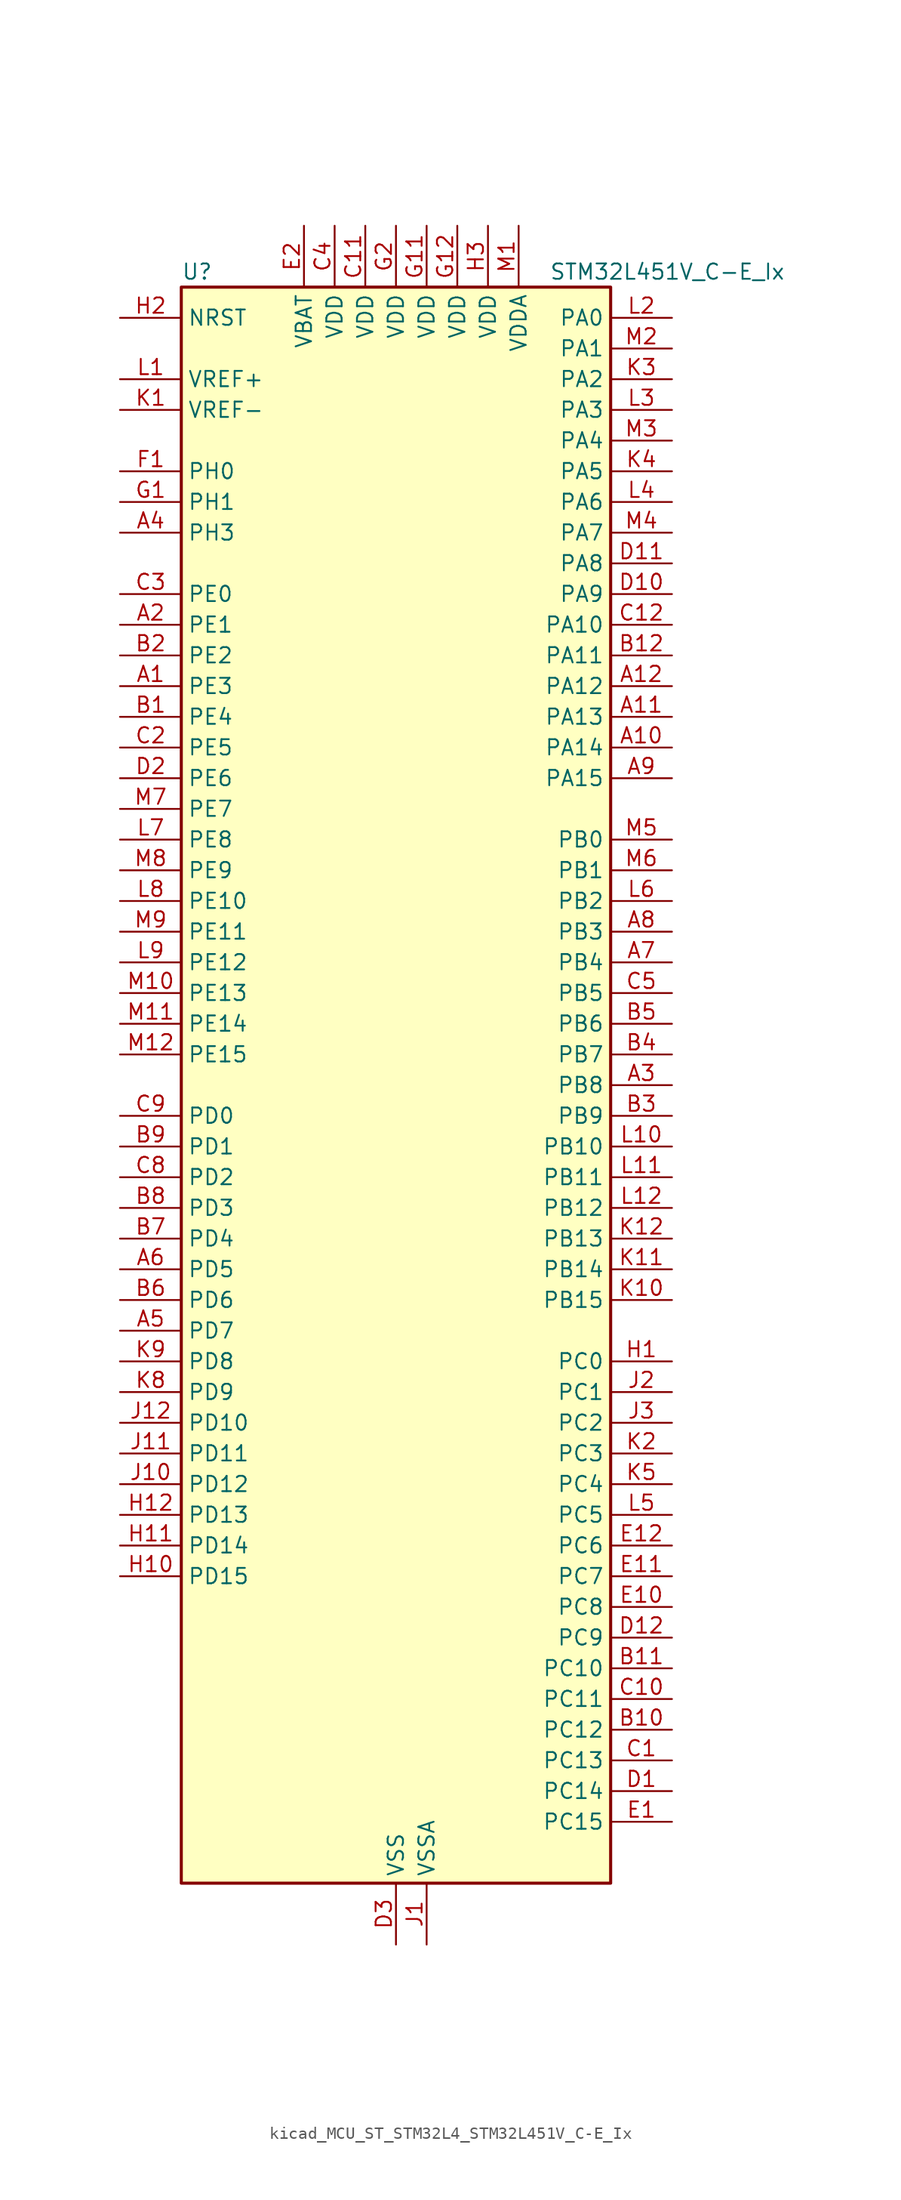
<source format=kicad_sym>
(kicad_symbol_lib
  (version 20220914)
  (generator kicad_symbol_editor)
  (symbol "kicad_MCU_ST_STM32L4_STM32L451V_C-E_Ix"
    (property "Reference" "U"
      (at -17.78 67.31 0)
      (effects (font (size 1.27 1.27)) (justify left)))
    (property "Value" "STM32L451V_C-E_Ix"
      (at 12.7 67.31 0)
      (effects (font (size 1.27 1.27)) (justify left)))
    (property "ki_locked" ""
      (at 0 0 0)
      (effects (font (size 1.27 1.27))))
    (symbol "kicad_MCU_ST_STM32L4_STM32L451V_C-E_Ix_0_1"
      (rectangle (start -17.78 -66.04) (end 17.78 66.04) (stroke (width 0.254) (type default)) (fill (type background))))
    (symbol "kicad_MCU_ST_STM32L4_STM32L451V_C-E_Ix_1_1"
      (pin bidirectional line (at -22.86 33.02 0) (length 5.08) (name "PE3" (effects (font (size 1.27 1.27)))) (number "A1" (effects (font (size 1.27 1.27)))) (alternate "SAI1_SD_B" bidirectional line) (alternate "SYS_TRACED0" bidirectional line) (alternate "TIM3_CH1" bidirectional line) (alternate "TSC_G7_IO2" bidirectional line))
      (pin bidirectional line (at 22.86 27.94 180) (length 5.08) (name "PA14" (effects (font (size 1.27 1.27)))) (number "A10" (effects (font (size 1.27 1.27)))) (alternate "I2C1_SMBA" bidirectional line) (alternate "I2C4_SMBA" bidirectional line) (alternate "LPTIM1_OUT" bidirectional line) (alternate "SAI1_FS_B" bidirectional line) (alternate "SYS_JTCK-SWCLK" bidirectional line))
      (pin bidirectional line (at 22.86 30.48 180) (length 5.08) (name "PA13" (effects (font (size 1.27 1.27)))) (number "A11" (effects (font (size 1.27 1.27)))) (alternate "IR_OUT" bidirectional line) (alternate "SAI1_SD_B" bidirectional line) (alternate "SYS_JTMS-SWDIO" bidirectional line))
      (pin bidirectional line (at 22.86 33.02 180) (length 5.08) (name "PA12" (effects (font (size 1.27 1.27)))) (number "A12" (effects (font (size 1.27 1.27)))) (alternate "CAN1_TX" bidirectional line) (alternate "SPI1_MOSI" bidirectional line) (alternate "TIM1_ETR" bidirectional line) (alternate "USART1_DE" bidirectional line) (alternate "USART1_RTS" bidirectional line))
      (pin bidirectional line (at -22.86 38.1 0) (length 5.08) (name "PE1" (effects (font (size 1.27 1.27)))) (number "A2" (effects (font (size 1.27 1.27)))))
      (pin bidirectional line (at 22.86 0 180) (length 5.08) (name "PB8" (effects (font (size 1.27 1.27)))) (number "A3" (effects (font (size 1.27 1.27)))) (alternate "CAN1_RX" bidirectional line) (alternate "I2C1_SCL" bidirectional line) (alternate "SAI1_MCLK_A" bidirectional line) (alternate "SDMMC1_D4" bidirectional line) (alternate "TIM16_CH1" bidirectional line))
      (pin bidirectional line (at -22.86 45.72 0) (length 5.08) (name "PH3" (effects (font (size 1.27 1.27)))) (number "A4" (effects (font (size 1.27 1.27)))))
      (pin bidirectional line (at -22.86 -20.32 0) (length 5.08) (name "PD7" (effects (font (size 1.27 1.27)))) (number "A5" (effects (font (size 1.27 1.27)))) (alternate "DFSDM1_CKIN1" bidirectional line) (alternate "QUADSPI_BK2_IO3" bidirectional line) (alternate "USART2_CK" bidirectional line))
      (pin bidirectional line (at -22.86 -15.24 0) (length 5.08) (name "PD5" (effects (font (size 1.27 1.27)))) (number "A6" (effects (font (size 1.27 1.27)))) (alternate "QUADSPI_BK2_IO1" bidirectional line) (alternate "USART2_TX" bidirectional line))
      (pin bidirectional line (at 22.86 10.16 180) (length 5.08) (name "PB4" (effects (font (size 1.27 1.27)))) (number "A7" (effects (font (size 1.27 1.27)))) (alternate "COMP2_INP" bidirectional line) (alternate "I2C3_SDA" bidirectional line) (alternate "SAI1_MCLK_B" bidirectional line) (alternate "SPI1_MISO" bidirectional line) (alternate "SPI3_MISO" bidirectional line) (alternate "SYS_JTRST" bidirectional line) (alternate "TIM3_CH1" bidirectional line) (alternate "TSC_G2_IO1" bidirectional line) (alternate "USART1_CTS" bidirectional line))
      (pin bidirectional line (at 22.86 12.7 180) (length 5.08) (name "PB3" (effects (font (size 1.27 1.27)))) (number "A8" (effects (font (size 1.27 1.27)))) (alternate "COMP2_INM" bidirectional line) (alternate "SAI1_SCK_B" bidirectional line) (alternate "SPI1_SCK" bidirectional line) (alternate "SPI3_SCK" bidirectional line) (alternate "SYS_JTDO-SWO" bidirectional line) (alternate "TIM2_CH2" bidirectional line) (alternate "USART1_DE" bidirectional line) (alternate "USART1_RTS" bidirectional line))
      (pin bidirectional line (at 22.86 25.4 180) (length 5.08) (name "PA15" (effects (font (size 1.27 1.27)))) (number "A9" (effects (font (size 1.27 1.27)))) (alternate "ADC1_EXTI15" bidirectional line) (alternate "SPI1_NSS" bidirectional line) (alternate "SPI3_NSS" bidirectional line) (alternate "SYS_JTDI" bidirectional line) (alternate "TIM2_CH1" bidirectional line) (alternate "TIM2_ETR" bidirectional line) (alternate "TSC_G3_IO1" bidirectional line) (alternate "UART4_DE" bidirectional line) (alternate "UART4_RTS" bidirectional line) (alternate "USART2_RX" bidirectional line) (alternate "USART3_DE" bidirectional line) (alternate "USART3_RTS" bidirectional line))
      (pin bidirectional line (at -22.86 30.48 0) (length 5.08) (name "PE4" (effects (font (size 1.27 1.27)))) (number "B1" (effects (font (size 1.27 1.27)))) (alternate "DFSDM1_DATIN3" bidirectional line) (alternate "SAI1_FS_A" bidirectional line) (alternate "SYS_TRACED1" bidirectional line) (alternate "TIM3_CH2" bidirectional line) (alternate "TSC_G7_IO3" bidirectional line))
      (pin bidirectional line (at 22.86 -53.34 180) (length 5.08) (name "PC12" (effects (font (size 1.27 1.27)))) (number "B10" (effects (font (size 1.27 1.27)))) (alternate "SDMMC1_CK" bidirectional line) (alternate "SPI3_MOSI" bidirectional line) (alternate "SYS_TRACED3" bidirectional line) (alternate "TSC_G3_IO4" bidirectional line) (alternate "USART3_CK" bidirectional line))
      (pin bidirectional line (at 22.86 -48.26 180) (length 5.08) (name "PC10" (effects (font (size 1.27 1.27)))) (number "B11" (effects (font (size 1.27 1.27)))) (alternate "SDMMC1_D2" bidirectional line) (alternate "SPI3_SCK" bidirectional line) (alternate "SYS_TRACED1" bidirectional line) (alternate "TSC_G3_IO2" bidirectional line) (alternate "UART4_TX" bidirectional line) (alternate "USART3_TX" bidirectional line))
      (pin bidirectional line (at 22.86 35.56 180) (length 5.08) (name "PA11" (effects (font (size 1.27 1.27)))) (number "B12" (effects (font (size 1.27 1.27)))) (alternate "ADC1_EXTI11" bidirectional line) (alternate "CAN1_RX" bidirectional line) (alternate "COMP1_OUT" bidirectional line) (alternate "SPI1_MISO" bidirectional line) (alternate "TIM1_BKIN2" bidirectional line) (alternate "TIM1_BKIN2_COMP1" bidirectional line) (alternate "TIM1_CH4" bidirectional line) (alternate "USART1_CTS" bidirectional line))
      (pin bidirectional line (at -22.86 35.56 0) (length 5.08) (name "PE2" (effects (font (size 1.27 1.27)))) (number "B2" (effects (font (size 1.27 1.27)))) (alternate "SAI1_MCLK_A" bidirectional line) (alternate "SYS_TRACECLK" bidirectional line) (alternate "TIM3_ETR" bidirectional line) (alternate "TSC_G7_IO1" bidirectional line))
      (pin bidirectional line (at 22.86 -2.54 180) (length 5.08) (name "PB9" (effects (font (size 1.27 1.27)))) (number "B3" (effects (font (size 1.27 1.27)))) (alternate "CAN1_TX" bidirectional line) (alternate "DAC1_EXTI9" bidirectional line) (alternate "I2C1_SDA" bidirectional line) (alternate "IR_OUT" bidirectional line) (alternate "SAI1_FS_A" bidirectional line) (alternate "SDMMC1_D5" bidirectional line) (alternate "SPI2_NSS" bidirectional line))
      (pin bidirectional line (at 22.86 2.54 180) (length 5.08) (name "PB7" (effects (font (size 1.27 1.27)))) (number "B4" (effects (font (size 1.27 1.27)))) (alternate "COMP2_INM" bidirectional line) (alternate "I2C1_SDA" bidirectional line) (alternate "I2C4_SDA" bidirectional line) (alternate "LPTIM1_IN2" bidirectional line) (alternate "SYS_PVD_IN" bidirectional line) (alternate "TSC_G2_IO4" bidirectional line) (alternate "UART4_CTS" bidirectional line) (alternate "USART1_RX" bidirectional line))
      (pin bidirectional line (at 22.86 5.08 180) (length 5.08) (name "PB6" (effects (font (size 1.27 1.27)))) (number "B5" (effects (font (size 1.27 1.27)))) (alternate "CAN1_TX" bidirectional line) (alternate "COMP2_INP" bidirectional line) (alternate "I2C1_SCL" bidirectional line) (alternate "I2C4_SCL" bidirectional line) (alternate "LPTIM1_ETR" bidirectional line) (alternate "SAI1_FS_B" bidirectional line) (alternate "TIM16_CH1N" bidirectional line) (alternate "TSC_G2_IO3" bidirectional line) (alternate "USART1_TX" bidirectional line))
      (pin bidirectional line (at -22.86 -17.78 0) (length 5.08) (name "PD6" (effects (font (size 1.27 1.27)))) (number "B6" (effects (font (size 1.27 1.27)))) (alternate "DFSDM1_DATIN1" bidirectional line) (alternate "QUADSPI_BK2_IO2" bidirectional line) (alternate "SAI1_SD_A" bidirectional line) (alternate "USART2_RX" bidirectional line))
      (pin bidirectional line (at -22.86 -12.7 0) (length 5.08) (name "PD4" (effects (font (size 1.27 1.27)))) (number "B7" (effects (font (size 1.27 1.27)))) (alternate "DFSDM1_CKIN0" bidirectional line) (alternate "QUADSPI_BK2_IO0" bidirectional line) (alternate "SPI2_MOSI" bidirectional line) (alternate "USART2_DE" bidirectional line) (alternate "USART2_RTS" bidirectional line))
      (pin bidirectional line (at -22.86 -10.16 0) (length 5.08) (name "PD3" (effects (font (size 1.27 1.27)))) (number "B8" (effects (font (size 1.27 1.27)))) (alternate "DFSDM1_DATIN0" bidirectional line) (alternate "QUADSPI_BK2_NCS" bidirectional line) (alternate "SPI2_MISO" bidirectional line) (alternate "USART2_CTS" bidirectional line))
      (pin bidirectional line (at -22.86 -5.08 0) (length 5.08) (name "PD1" (effects (font (size 1.27 1.27)))) (number "B9" (effects (font (size 1.27 1.27)))) (alternate "CAN1_TX" bidirectional line) (alternate "SPI2_SCK" bidirectional line))
      (pin bidirectional line (at 22.86 -55.88 180) (length 5.08) (name "PC13" (effects (font (size 1.27 1.27)))) (number "C1" (effects (font (size 1.27 1.27)))) (alternate "RTC_OUT_ALARM" bidirectional line) (alternate "RTC_OUT_CALIB" bidirectional line) (alternate "RTC_TAMP1" bidirectional line) (alternate "RTC_TS" bidirectional line) (alternate "SYS_WKUP2" bidirectional line))
      (pin bidirectional line (at 22.86 -50.8 180) (length 5.08) (name "PC11" (effects (font (size 1.27 1.27)))) (number "C10" (effects (font (size 1.27 1.27)))) (alternate "ADC1_EXTI11" bidirectional line) (alternate "SDMMC1_D3" bidirectional line) (alternate "SPI3_MISO" bidirectional line) (alternate "TSC_G3_IO3" bidirectional line) (alternate "UART4_RX" bidirectional line) (alternate "USART3_RX" bidirectional line))
      (pin power_in line (at -2.54 71.12 270) (length 5.08) (name "VDD" (effects (font (size 1.27 1.27)))) (number "C11" (effects (font (size 1.27 1.27)))))
      (pin bidirectional line (at 22.86 38.1 180) (length 5.08) (name "PA10" (effects (font (size 1.27 1.27)))) (number "C12" (effects (font (size 1.27 1.27)))) (alternate "I2C1_SDA" bidirectional line) (alternate "SAI1_SD_A" bidirectional line) (alternate "TIM1_CH3" bidirectional line) (alternate "USART1_RX" bidirectional line))
      (pin bidirectional line (at -22.86 27.94 0) (length 5.08) (name "PE5" (effects (font (size 1.27 1.27)))) (number "C2" (effects (font (size 1.27 1.27)))) (alternate "DFSDM1_CKIN3" bidirectional line) (alternate "SAI1_SCK_A" bidirectional line) (alternate "SYS_TRACED2" bidirectional line) (alternate "TIM3_CH3" bidirectional line) (alternate "TSC_G7_IO4" bidirectional line))
      (pin bidirectional line (at -22.86 40.64 0) (length 5.08) (name "PE0" (effects (font (size 1.27 1.27)))) (number "C3" (effects (font (size 1.27 1.27)))) (alternate "TIM16_CH1" bidirectional line))
      (pin power_in line (at -5.08 71.12 270) (length 5.08) (name "VDD" (effects (font (size 1.27 1.27)))) (number "C4" (effects (font (size 1.27 1.27)))))
      (pin bidirectional line (at 22.86 7.62 180) (length 5.08) (name "PB5" (effects (font (size 1.27 1.27)))) (number "C5" (effects (font (size 1.27 1.27)))) (alternate "CAN1_RX" bidirectional line) (alternate "COMP2_OUT" bidirectional line) (alternate "I2C1_SMBA" bidirectional line) (alternate "LPTIM1_IN1" bidirectional line) (alternate "SAI1_SD_B" bidirectional line) (alternate "SPI1_MOSI" bidirectional line) (alternate "SPI3_MOSI" bidirectional line) (alternate "TIM16_BKIN" bidirectional line) (alternate "TIM3_CH2" bidirectional line) (alternate "TSC_G2_IO2" bidirectional line) (alternate "USART1_CK" bidirectional line))
      (pin bidirectional line (at -22.86 -7.62 0) (length 5.08) (name "PD2" (effects (font (size 1.27 1.27)))) (number "C8" (effects (font (size 1.27 1.27)))) (alternate "SDMMC1_CMD" bidirectional line) (alternate "SYS_TRACED2" bidirectional line) (alternate "TIM3_ETR" bidirectional line) (alternate "TSC_SYNC" bidirectional line) (alternate "USART3_DE" bidirectional line) (alternate "USART3_RTS" bidirectional line))
      (pin bidirectional line (at -22.86 -2.54 0) (length 5.08) (name "PD0" (effects (font (size 1.27 1.27)))) (number "C9" (effects (font (size 1.27 1.27)))) (alternate "CAN1_RX" bidirectional line) (alternate "SPI2_NSS" bidirectional line))
      (pin bidirectional line (at 22.86 -58.42 180) (length 5.08) (name "PC14" (effects (font (size 1.27 1.27)))) (number "D1" (effects (font (size 1.27 1.27)))) (alternate "RCC_OSC32_IN" bidirectional line))
      (pin bidirectional line (at 22.86 40.64 180) (length 5.08) (name "PA9" (effects (font (size 1.27 1.27)))) (number "D10" (effects (font (size 1.27 1.27)))) (alternate "DAC1_EXTI9" bidirectional line) (alternate "DFSDM1_DATIN1" bidirectional line) (alternate "I2C1_SCL" bidirectional line) (alternate "SAI1_FS_A" bidirectional line) (alternate "TIM15_BKIN" bidirectional line) (alternate "TIM1_CH2" bidirectional line) (alternate "USART1_TX" bidirectional line))
      (pin bidirectional line (at 22.86 43.18 180) (length 5.08) (name "PA8" (effects (font (size 1.27 1.27)))) (number "D11" (effects (font (size 1.27 1.27)))) (alternate "DFSDM1_CKIN1" bidirectional line) (alternate "LPTIM2_OUT" bidirectional line) (alternate "RCC_MCO" bidirectional line) (alternate "SAI1_SCK_A" bidirectional line) (alternate "TIM1_CH1" bidirectional line) (alternate "USART1_CK" bidirectional line))
      (pin bidirectional line (at 22.86 -45.72 180) (length 5.08) (name "PC9" (effects (font (size 1.27 1.27)))) (number "D12" (effects (font (size 1.27 1.27)))) (alternate "DAC1_EXTI9" bidirectional line) (alternate "SDMMC1_D1" bidirectional line) (alternate "TIM3_CH4" bidirectional line) (alternate "TSC_G4_IO4" bidirectional line))
      (pin bidirectional line (at -22.86 25.4 0) (length 5.08) (name "PE6" (effects (font (size 1.27 1.27)))) (number "D2" (effects (font (size 1.27 1.27)))) (alternate "RTC_TAMP3" bidirectional line) (alternate "SAI1_SD_A" bidirectional line) (alternate "SYS_TRACED3" bidirectional line) (alternate "SYS_WKUP3" bidirectional line) (alternate "TIM3_CH4" bidirectional line))
      (pin power_in line (at 0 -71.12 90) (length 5.08) (name "VSS" (effects (font (size 1.27 1.27)))) (number "D3" (effects (font (size 1.27 1.27)))))
      (pin bidirectional line (at 22.86 -60.96 180) (length 5.08) (name "PC15" (effects (font (size 1.27 1.27)))) (number "E1" (effects (font (size 1.27 1.27)))) (alternate "ADC1_EXTI15" bidirectional line) (alternate "RCC_OSC32_OUT" bidirectional line))
      (pin bidirectional line (at 22.86 -43.18 180) (length 5.08) (name "PC8" (effects (font (size 1.27 1.27)))) (number "E10" (effects (font (size 1.27 1.27)))) (alternate "SDMMC1_D0" bidirectional line) (alternate "TIM3_CH3" bidirectional line) (alternate "TSC_G4_IO3" bidirectional line))
      (pin bidirectional line (at 22.86 -40.64 180) (length 5.08) (name "PC7" (effects (font (size 1.27 1.27)))) (number "E11" (effects (font (size 1.27 1.27)))) (alternate "DFSDM1_DATIN3" bidirectional line) (alternate "SDMMC1_D7" bidirectional line) (alternate "TIM3_CH2" bidirectional line) (alternate "TSC_G4_IO2" bidirectional line))
      (pin bidirectional line (at 22.86 -38.1 180) (length 5.08) (name "PC6" (effects (font (size 1.27 1.27)))) (number "E12" (effects (font (size 1.27 1.27)))) (alternate "DFSDM1_CKIN3" bidirectional line) (alternate "SDMMC1_D6" bidirectional line) (alternate "TIM3_CH1" bidirectional line) (alternate "TSC_G4_IO1" bidirectional line))
      (pin power_in line (at -7.62 71.12 270) (length 5.08) (name "VBAT" (effects (font (size 1.27 1.27)))) (number "E2" (effects (font (size 1.27 1.27)))))
      (pin passive line (at 0 -71.12 90) (length 5.08) hide (name "VSS" (effects (font (size 1.27 1.27)))) (number "E3" (effects (font (size 1.27 1.27)))))
      (pin bidirectional line (at -22.86 50.8 0) (length 5.08) (name "PH0" (effects (font (size 1.27 1.27)))) (number "F1" (effects (font (size 1.27 1.27)))) (alternate "RCC_OSC_IN" bidirectional line))
      (pin passive line (at 0 -71.12 90) (length 5.08) hide (name "VSS" (effects (font (size 1.27 1.27)))) (number "F11" (effects (font (size 1.27 1.27)))))
      (pin passive line (at 0 -71.12 90) (length 5.08) hide (name "VSS" (effects (font (size 1.27 1.27)))) (number "F12" (effects (font (size 1.27 1.27)))))
      (pin passive line (at 0 -71.12 90) (length 5.08) hide (name "VSS" (effects (font (size 1.27 1.27)))) (number "F2" (effects (font (size 1.27 1.27)))))
      (pin bidirectional line (at -22.86 48.26 0) (length 5.08) (name "PH1" (effects (font (size 1.27 1.27)))) (number "G1" (effects (font (size 1.27 1.27)))) (alternate "RCC_OSC_OUT" bidirectional line))
      (pin power_in line (at 2.54 71.12 270) (length 5.08) (name "VDD" (effects (font (size 1.27 1.27)))) (number "G11" (effects (font (size 1.27 1.27)))))
      (pin power_in line (at 5.08 71.12 270) (length 5.08) (name "VDD" (effects (font (size 1.27 1.27)))) (number "G12" (effects (font (size 1.27 1.27)))))
      (pin power_in line (at 0 71.12 270) (length 5.08) (name "VDD" (effects (font (size 1.27 1.27)))) (number "G2" (effects (font (size 1.27 1.27)))))
      (pin bidirectional line (at 22.86 -22.86 180) (length 5.08) (name "PC0" (effects (font (size 1.27 1.27)))) (number "H1" (effects (font (size 1.27 1.27)))) (alternate "ADC1_IN1" bidirectional line) (alternate "I2C3_SCL" bidirectional line) (alternate "I2C4_SCL" bidirectional line) (alternate "LPTIM1_IN1" bidirectional line) (alternate "LPTIM2_IN1" bidirectional line) (alternate "LPUART1_RX" bidirectional line))
      (pin bidirectional line (at -22.86 -40.64 0) (length 5.08) (name "PD15" (effects (font (size 1.27 1.27)))) (number "H10" (effects (font (size 1.27 1.27)))) (alternate "ADC1_EXTI15" bidirectional line))
      (pin bidirectional line (at -22.86 -38.1 0) (length 5.08) (name "PD14" (effects (font (size 1.27 1.27)))) (number "H11" (effects (font (size 1.27 1.27)))))
      (pin bidirectional line (at -22.86 -35.56 0) (length 5.08) (name "PD13" (effects (font (size 1.27 1.27)))) (number "H12" (effects (font (size 1.27 1.27)))) (alternate "I2C4_SDA" bidirectional line) (alternate "LPTIM2_OUT" bidirectional line) (alternate "TSC_G6_IO4" bidirectional line))
      (pin input line (at -22.86 63.5 0) (length 5.08) (name "NRST" (effects (font (size 1.27 1.27)))) (number "H2" (effects (font (size 1.27 1.27)))))
      (pin power_in line (at 7.62 71.12 270) (length 5.08) (name "VDD" (effects (font (size 1.27 1.27)))) (number "H3" (effects (font (size 1.27 1.27)))))
      (pin power_in line (at 2.54 -71.12 90) (length 5.08) (name "VSSA" (effects (font (size 1.27 1.27)))) (number "J1" (effects (font (size 1.27 1.27)))))
      (pin bidirectional line (at -22.86 -33.02 0) (length 5.08) (name "PD12" (effects (font (size 1.27 1.27)))) (number "J10" (effects (font (size 1.27 1.27)))) (alternate "I2C4_SCL" bidirectional line) (alternate "LPTIM2_IN1" bidirectional line) (alternate "TSC_G6_IO3" bidirectional line) (alternate "USART3_DE" bidirectional line) (alternate "USART3_RTS" bidirectional line))
      (pin bidirectional line (at -22.86 -30.48 0) (length 5.08) (name "PD11" (effects (font (size 1.27 1.27)))) (number "J11" (effects (font (size 1.27 1.27)))) (alternate "ADC1_EXTI11" bidirectional line) (alternate "I2C4_SMBA" bidirectional line) (alternate "LPTIM2_ETR" bidirectional line) (alternate "TSC_G6_IO2" bidirectional line) (alternate "USART3_CTS" bidirectional line))
      (pin bidirectional line (at -22.86 -27.94 0) (length 5.08) (name "PD10" (effects (font (size 1.27 1.27)))) (number "J12" (effects (font (size 1.27 1.27)))) (alternate "TSC_G6_IO1" bidirectional line) (alternate "USART3_CK" bidirectional line))
      (pin bidirectional line (at 22.86 -25.4 180) (length 5.08) (name "PC1" (effects (font (size 1.27 1.27)))) (number "J2" (effects (font (size 1.27 1.27)))) (alternate "ADC1_IN2" bidirectional line) (alternate "I2C3_SDA" bidirectional line) (alternate "I2C4_SDA" bidirectional line) (alternate "LPTIM1_OUT" bidirectional line) (alternate "LPUART1_TX" bidirectional line) (alternate "SYS_TRACED0" bidirectional line))
      (pin bidirectional line (at 22.86 -27.94 180) (length 5.08) (name "PC2" (effects (font (size 1.27 1.27)))) (number "J3" (effects (font (size 1.27 1.27)))) (alternate "ADC1_IN3" bidirectional line) (alternate "DFSDM1_CKOUT" bidirectional line) (alternate "LPTIM1_IN2" bidirectional line) (alternate "SPI2_MISO" bidirectional line))
      (pin input line (at -22.86 55.88 0) (length 5.08) (name "VREF-" (effects (font (size 1.27 1.27)))) (number "K1" (effects (font (size 1.27 1.27)))))
      (pin bidirectional line (at 22.86 -17.78 180) (length 5.08) (name "PB15" (effects (font (size 1.27 1.27)))) (number "K10" (effects (font (size 1.27 1.27)))) (alternate "ADC1_EXTI15" bidirectional line) (alternate "DFSDM1_CKIN2" bidirectional line) (alternate "RTC_REFIN" bidirectional line) (alternate "SAI1_SD_A" bidirectional line) (alternate "SPI2_MOSI" bidirectional line) (alternate "TIM15_CH2" bidirectional line) (alternate "TIM1_CH3N" bidirectional line) (alternate "TSC_G1_IO4" bidirectional line))
      (pin bidirectional line (at 22.86 -15.24 180) (length 5.08) (name "PB14" (effects (font (size 1.27 1.27)))) (number "K11" (effects (font (size 1.27 1.27)))) (alternate "DFSDM1_DATIN2" bidirectional line) (alternate "I2C2_SDA" bidirectional line) (alternate "SAI1_MCLK_A" bidirectional line) (alternate "SPI2_MISO" bidirectional line) (alternate "TIM15_CH1" bidirectional line) (alternate "TIM1_CH2N" bidirectional line) (alternate "TSC_G1_IO3" bidirectional line) (alternate "USART3_DE" bidirectional line) (alternate "USART3_RTS" bidirectional line))
      (pin bidirectional line (at 22.86 -12.7 180) (length 5.08) (name "PB13" (effects (font (size 1.27 1.27)))) (number "K12" (effects (font (size 1.27 1.27)))) (alternate "CAN1_TX" bidirectional line) (alternate "DFSDM1_CKIN1" bidirectional line) (alternate "I2C2_SCL" bidirectional line) (alternate "LPUART1_CTS" bidirectional line) (alternate "SAI1_SCK_A" bidirectional line) (alternate "SPI2_SCK" bidirectional line) (alternate "TIM15_CH1N" bidirectional line) (alternate "TIM1_CH1N" bidirectional line) (alternate "TSC_G1_IO2" bidirectional line) (alternate "USART3_CTS" bidirectional line))
      (pin bidirectional line (at 22.86 -30.48 180) (length 5.08) (name "PC3" (effects (font (size 1.27 1.27)))) (number "K2" (effects (font (size 1.27 1.27)))) (alternate "ADC1_IN4" bidirectional line) (alternate "LPTIM1_ETR" bidirectional line) (alternate "LPTIM2_ETR" bidirectional line) (alternate "SAI1_SD_A" bidirectional line) (alternate "SPI2_MOSI" bidirectional line))
      (pin bidirectional line (at 22.86 58.42 180) (length 5.08) (name "PA2" (effects (font (size 1.27 1.27)))) (number "K3" (effects (font (size 1.27 1.27)))) (alternate "ADC1_IN7" bidirectional line) (alternate "COMP2_INM" bidirectional line) (alternate "COMP2_OUT" bidirectional line) (alternate "LPUART1_TX" bidirectional line) (alternate "QUADSPI_BK1_NCS" bidirectional line) (alternate "RCC_LSCO" bidirectional line) (alternate "SYS_WKUP4" bidirectional line) (alternate "TIM15_CH1" bidirectional line) (alternate "TIM2_CH3" bidirectional line) (alternate "USART2_TX" bidirectional line))
      (pin bidirectional line (at 22.86 50.8 180) (length 5.08) (name "PA5" (effects (font (size 1.27 1.27)))) (number "K4" (effects (font (size 1.27 1.27)))) (alternate "ADC1_IN10" bidirectional line) (alternate "COMP1_INM" bidirectional line) (alternate "COMP2_INM" bidirectional line) (alternate "DFSDM1_CKOUT" bidirectional line) (alternate "LPTIM2_ETR" bidirectional line) (alternate "SPI1_SCK" bidirectional line) (alternate "TIM2_CH1" bidirectional line) (alternate "TIM2_ETR" bidirectional line))
      (pin bidirectional line (at 22.86 -33.02 180) (length 5.08) (name "PC4" (effects (font (size 1.27 1.27)))) (number "K5" (effects (font (size 1.27 1.27)))) (alternate "ADC1_IN13" bidirectional line) (alternate "COMP1_INM" bidirectional line) (alternate "USART3_TX" bidirectional line))
      (pin bidirectional line (at -22.86 -25.4 0) (length 5.08) (name "PD9" (effects (font (size 1.27 1.27)))) (number "K8" (effects (font (size 1.27 1.27)))) (alternate "DAC1_EXTI9" bidirectional line) (alternate "USART3_RX" bidirectional line))
      (pin bidirectional line (at -22.86 -22.86 0) (length 5.08) (name "PD8" (effects (font (size 1.27 1.27)))) (number "K9" (effects (font (size 1.27 1.27)))) (alternate "USART3_TX" bidirectional line))
      (pin input line (at -22.86 58.42 0) (length 5.08) (name "VREF+" (effects (font (size 1.27 1.27)))) (number "L1" (effects (font (size 1.27 1.27)))) (alternate "VREFBUF_OUT" bidirectional line))
      (pin bidirectional line (at 22.86 -5.08 180) (length 5.08) (name "PB10" (effects (font (size 1.27 1.27)))) (number "L10" (effects (font (size 1.27 1.27)))) (alternate "COMP1_OUT" bidirectional line) (alternate "I2C2_SCL" bidirectional line) (alternate "I2C4_SCL" bidirectional line) (alternate "LPUART1_RX" bidirectional line) (alternate "QUADSPI_CLK" bidirectional line) (alternate "SAI1_SCK_A" bidirectional line) (alternate "SPI2_SCK" bidirectional line) (alternate "TIM2_CH3" bidirectional line) (alternate "TSC_SYNC" bidirectional line) (alternate "USART3_TX" bidirectional line))
      (pin bidirectional line (at 22.86 -7.62 180) (length 5.08) (name "PB11" (effects (font (size 1.27 1.27)))) (number "L11" (effects (font (size 1.27 1.27)))) (alternate "ADC1_EXTI11" bidirectional line) (alternate "COMP2_OUT" bidirectional line) (alternate "I2C2_SDA" bidirectional line) (alternate "I2C4_SDA" bidirectional line) (alternate "LPUART1_TX" bidirectional line) (alternate "QUADSPI_BK1_NCS" bidirectional line) (alternate "TIM2_CH4" bidirectional line) (alternate "USART3_RX" bidirectional line))
      (pin bidirectional line (at 22.86 -10.16 180) (length 5.08) (name "PB12" (effects (font (size 1.27 1.27)))) (number "L12" (effects (font (size 1.27 1.27)))) (alternate "CAN1_RX" bidirectional line) (alternate "DFSDM1_DATIN1" bidirectional line) (alternate "I2C2_SMBA" bidirectional line) (alternate "LPUART1_DE" bidirectional line) (alternate "LPUART1_RTS" bidirectional line) (alternate "SAI1_FS_A" bidirectional line) (alternate "SPI2_NSS" bidirectional line) (alternate "TIM15_BKIN" bidirectional line) (alternate "TIM1_BKIN" bidirectional line) (alternate "TIM1_BKIN_COMP2" bidirectional line) (alternate "TSC_G1_IO1" bidirectional line) (alternate "USART3_CK" bidirectional line))
      (pin bidirectional line (at 22.86 63.5 180) (length 5.08) (name "PA0" (effects (font (size 1.27 1.27)))) (number "L2" (effects (font (size 1.27 1.27)))) (alternate "ADC1_IN5" bidirectional line) (alternate "COMP1_INM" bidirectional line) (alternate "COMP1_OUT" bidirectional line) (alternate "OPAMP1_VINP" bidirectional line) (alternate "RTC_TAMP2" bidirectional line) (alternate "SAI1_EXTCLK" bidirectional line) (alternate "SYS_WKUP1" bidirectional line) (alternate "TIM2_CH1" bidirectional line) (alternate "TIM2_ETR" bidirectional line) (alternate "UART4_TX" bidirectional line) (alternate "USART2_CTS" bidirectional line))
      (pin bidirectional line (at 22.86 55.88 180) (length 5.08) (name "PA3" (effects (font (size 1.27 1.27)))) (number "L3" (effects (font (size 1.27 1.27)))) (alternate "ADC1_IN8" bidirectional line) (alternate "COMP2_INP" bidirectional line) (alternate "LPUART1_RX" bidirectional line) (alternate "OPAMP1_VOUT" bidirectional line) (alternate "QUADSPI_CLK" bidirectional line) (alternate "SAI1_MCLK_A" bidirectional line) (alternate "TIM15_CH2" bidirectional line) (alternate "TIM2_CH4" bidirectional line) (alternate "USART2_RX" bidirectional line))
      (pin bidirectional line (at 22.86 48.26 180) (length 5.08) (name "PA6" (effects (font (size 1.27 1.27)))) (number "L4" (effects (font (size 1.27 1.27)))) (alternate "ADC1_IN11" bidirectional line) (alternate "COMP1_OUT" bidirectional line) (alternate "LPUART1_CTS" bidirectional line) (alternate "QUADSPI_BK1_IO3" bidirectional line) (alternate "SPI1_MISO" bidirectional line) (alternate "TIM16_CH1" bidirectional line) (alternate "TIM1_BKIN" bidirectional line) (alternate "TIM1_BKIN_COMP2" bidirectional line) (alternate "TIM3_CH1" bidirectional line) (alternate "USART3_CTS" bidirectional line))
      (pin bidirectional line (at 22.86 -35.56 180) (length 5.08) (name "PC5" (effects (font (size 1.27 1.27)))) (number "L5" (effects (font (size 1.27 1.27)))) (alternate "ADC1_IN14" bidirectional line) (alternate "COMP1_INP" bidirectional line) (alternate "SYS_WKUP5" bidirectional line) (alternate "USART3_RX" bidirectional line))
      (pin bidirectional line (at 22.86 15.24 180) (length 5.08) (name "PB2" (effects (font (size 1.27 1.27)))) (number "L6" (effects (font (size 1.27 1.27)))) (alternate "COMP1_INP" bidirectional line) (alternate "DFSDM1_CKIN0" bidirectional line) (alternate "I2C3_SMBA" bidirectional line) (alternate "LPTIM1_OUT" bidirectional line) (alternate "RTC_OUT_ALARM" bidirectional line) (alternate "RTC_OUT_CALIB" bidirectional line))
      (pin bidirectional line (at -22.86 20.32 0) (length 5.08) (name "PE8" (effects (font (size 1.27 1.27)))) (number "L7" (effects (font (size 1.27 1.27)))) (alternate "DFSDM1_CKIN2" bidirectional line) (alternate "SAI1_SCK_B" bidirectional line) (alternate "TIM1_CH1N" bidirectional line))
      (pin bidirectional line (at -22.86 15.24 0) (length 5.08) (name "PE10" (effects (font (size 1.27 1.27)))) (number "L8" (effects (font (size 1.27 1.27)))) (alternate "QUADSPI_CLK" bidirectional line) (alternate "SAI1_MCLK_B" bidirectional line) (alternate "TIM1_CH2N" bidirectional line) (alternate "TSC_G5_IO1" bidirectional line))
      (pin bidirectional line (at -22.86 10.16 0) (length 5.08) (name "PE12" (effects (font (size 1.27 1.27)))) (number "L9" (effects (font (size 1.27 1.27)))) (alternate "QUADSPI_BK1_IO0" bidirectional line) (alternate "SPI1_NSS" bidirectional line) (alternate "TIM1_CH3N" bidirectional line) (alternate "TSC_G5_IO3" bidirectional line))
      (pin power_in line (at 10.16 71.12 270) (length 5.08) (name "VDDA" (effects (font (size 1.27 1.27)))) (number "M1" (effects (font (size 1.27 1.27)))))
      (pin bidirectional line (at -22.86 7.62 0) (length 5.08) (name "PE13" (effects (font (size 1.27 1.27)))) (number "M10" (effects (font (size 1.27 1.27)))) (alternate "QUADSPI_BK1_IO1" bidirectional line) (alternate "SPI1_SCK" bidirectional line) (alternate "TIM1_CH3" bidirectional line) (alternate "TSC_G5_IO4" bidirectional line))
      (pin bidirectional line (at -22.86 5.08 0) (length 5.08) (name "PE14" (effects (font (size 1.27 1.27)))) (number "M11" (effects (font (size 1.27 1.27)))) (alternate "QUADSPI_BK1_IO2" bidirectional line) (alternate "SPI1_MISO" bidirectional line) (alternate "TIM1_BKIN2" bidirectional line) (alternate "TIM1_BKIN2_COMP2" bidirectional line) (alternate "TIM1_CH4" bidirectional line))
      (pin bidirectional line (at -22.86 2.54 0) (length 5.08) (name "PE15" (effects (font (size 1.27 1.27)))) (number "M12" (effects (font (size 1.27 1.27)))) (alternate "ADC1_EXTI15" bidirectional line) (alternate "QUADSPI_BK1_IO3" bidirectional line) (alternate "SPI1_MOSI" bidirectional line) (alternate "TIM1_BKIN" bidirectional line) (alternate "TIM1_BKIN_COMP1" bidirectional line))
      (pin bidirectional line (at 22.86 60.96 180) (length 5.08) (name "PA1" (effects (font (size 1.27 1.27)))) (number "M2" (effects (font (size 1.27 1.27)))) (alternate "ADC1_IN6" bidirectional line) (alternate "COMP1_INP" bidirectional line) (alternate "I2C1_SMBA" bidirectional line) (alternate "OPAMP1_VINM" bidirectional line) (alternate "SPI1_SCK" bidirectional line) (alternate "TIM15_CH1N" bidirectional line) (alternate "TIM2_CH2" bidirectional line) (alternate "UART4_RX" bidirectional line) (alternate "USART2_DE" bidirectional line) (alternate "USART2_RTS" bidirectional line))
      (pin bidirectional line (at 22.86 53.34 180) (length 5.08) (name "PA4" (effects (font (size 1.27 1.27)))) (number "M3" (effects (font (size 1.27 1.27)))) (alternate "ADC1_IN9" bidirectional line) (alternate "COMP1_INM" bidirectional line) (alternate "COMP2_INM" bidirectional line) (alternate "DAC1_OUT1" bidirectional line) (alternate "LPTIM2_OUT" bidirectional line) (alternate "SAI1_FS_B" bidirectional line) (alternate "SPI1_NSS" bidirectional line) (alternate "SPI3_NSS" bidirectional line) (alternate "USART2_CK" bidirectional line))
      (pin bidirectional line (at 22.86 45.72 180) (length 5.08) (name "PA7" (effects (font (size 1.27 1.27)))) (number "M4" (effects (font (size 1.27 1.27)))) (alternate "ADC1_IN12" bidirectional line) (alternate "COMP2_OUT" bidirectional line) (alternate "DFSDM1_DATIN0" bidirectional line) (alternate "I2C3_SCL" bidirectional line) (alternate "QUADSPI_BK1_IO2" bidirectional line) (alternate "SPI1_MOSI" bidirectional line) (alternate "TIM1_CH1N" bidirectional line) (alternate "TIM3_CH2" bidirectional line))
      (pin bidirectional line (at 22.86 20.32 180) (length 5.08) (name "PB0" (effects (font (size 1.27 1.27)))) (number "M5" (effects (font (size 1.27 1.27)))) (alternate "ADC1_IN15" bidirectional line) (alternate "COMP1_OUT" bidirectional line) (alternate "DFSDM1_CKIN0" bidirectional line) (alternate "QUADSPI_BK1_IO1" bidirectional line) (alternate "SAI1_EXTCLK" bidirectional line) (alternate "SPI1_NSS" bidirectional line) (alternate "TIM1_CH2N" bidirectional line) (alternate "TIM3_CH3" bidirectional line) (alternate "USART3_CK" bidirectional line))
      (pin bidirectional line (at 22.86 17.78 180) (length 5.08) (name "PB1" (effects (font (size 1.27 1.27)))) (number "M6" (effects (font (size 1.27 1.27)))) (alternate "ADC1_IN16" bidirectional line) (alternate "COMP1_INM" bidirectional line) (alternate "DFSDM1_DATIN0" bidirectional line) (alternate "LPTIM2_IN1" bidirectional line) (alternate "LPUART1_DE" bidirectional line) (alternate "LPUART1_RTS" bidirectional line) (alternate "QUADSPI_BK1_IO0" bidirectional line) (alternate "TIM1_CH3N" bidirectional line) (alternate "TIM3_CH4" bidirectional line) (alternate "USART3_DE" bidirectional line) (alternate "USART3_RTS" bidirectional line))
      (pin bidirectional line (at -22.86 22.86 0) (length 5.08) (name "PE7" (effects (font (size 1.27 1.27)))) (number "M7" (effects (font (size 1.27 1.27)))) (alternate "DFSDM1_DATIN2" bidirectional line) (alternate "SAI1_SD_B" bidirectional line) (alternate "TIM1_ETR" bidirectional line))
      (pin bidirectional line (at -22.86 17.78 0) (length 5.08) (name "PE9" (effects (font (size 1.27 1.27)))) (number "M8" (effects (font (size 1.27 1.27)))) (alternate "DAC1_EXTI9" bidirectional line) (alternate "DFSDM1_CKOUT" bidirectional line) (alternate "SAI1_FS_B" bidirectional line) (alternate "TIM1_CH1" bidirectional line))
      (pin bidirectional line (at -22.86 12.7 0) (length 5.08) (name "PE11" (effects (font (size 1.27 1.27)))) (number "M9" (effects (font (size 1.27 1.27)))) (alternate "ADC1_EXTI11" bidirectional line) (alternate "QUADSPI_BK1_NCS" bidirectional line) (alternate "TIM1_CH2" bidirectional line) (alternate "TSC_G5_IO2" bidirectional line)))))
</source>
